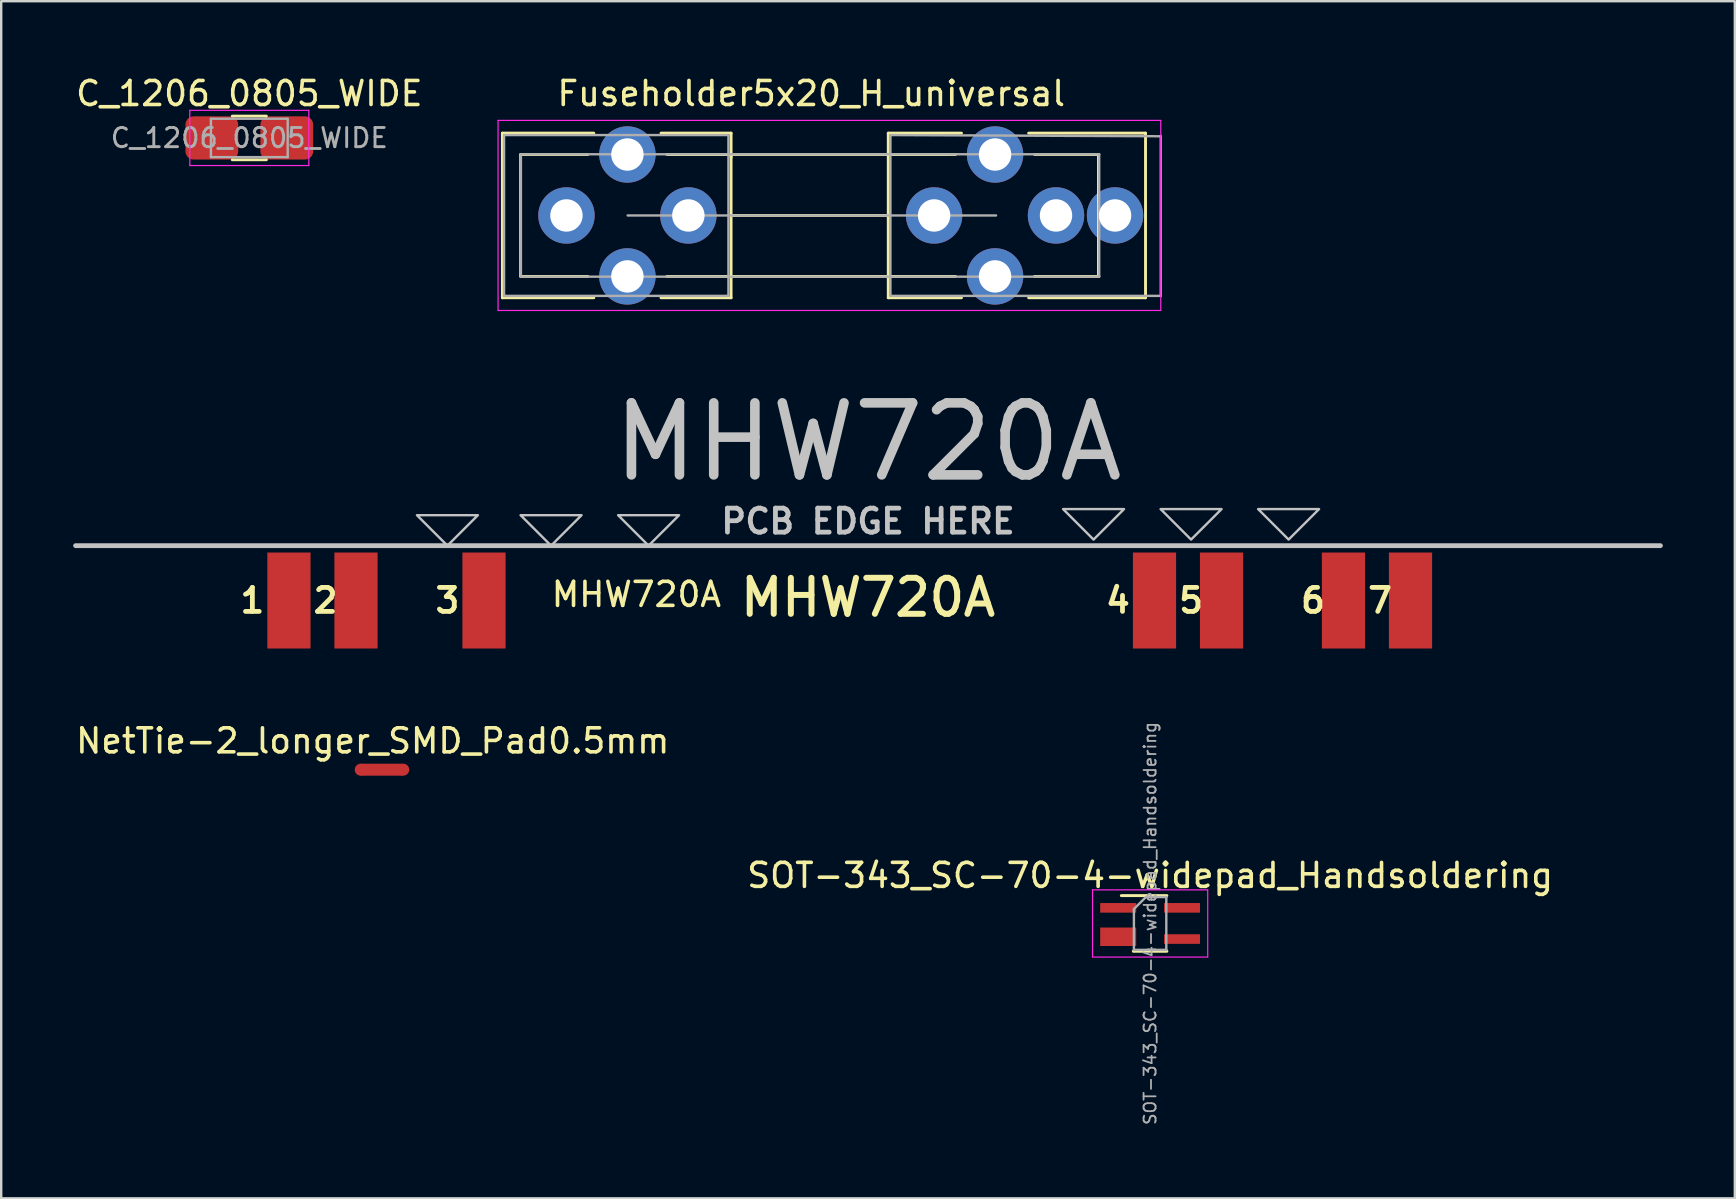
<source format=kicad_pcb>
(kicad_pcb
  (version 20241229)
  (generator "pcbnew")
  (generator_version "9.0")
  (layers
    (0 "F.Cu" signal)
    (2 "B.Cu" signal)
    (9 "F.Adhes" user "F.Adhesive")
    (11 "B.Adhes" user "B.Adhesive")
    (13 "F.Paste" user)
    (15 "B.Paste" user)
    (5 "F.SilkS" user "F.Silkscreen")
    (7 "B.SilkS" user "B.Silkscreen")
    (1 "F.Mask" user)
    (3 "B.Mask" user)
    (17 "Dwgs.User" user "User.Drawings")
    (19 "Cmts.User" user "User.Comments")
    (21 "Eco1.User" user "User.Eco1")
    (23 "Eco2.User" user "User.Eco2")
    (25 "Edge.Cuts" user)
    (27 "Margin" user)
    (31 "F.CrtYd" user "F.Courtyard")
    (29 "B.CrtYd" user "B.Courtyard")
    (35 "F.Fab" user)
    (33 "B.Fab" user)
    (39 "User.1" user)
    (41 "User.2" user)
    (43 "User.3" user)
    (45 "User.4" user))
  (footprint "SOT-343_SC-70-4-widepad_Handsoldering"
    (layer "F.Cu")
    (at 44.875 35.43)
    (property "Reference" "SOT-343_SC-70-4-widepad_Handsoldering" (at 0 -2 0) (layer "F.SilkS") (effects (font (size 1 1) (thickness 0.15))))
    (attr smd)
    (fp_line (start -0.7 1.16) (end 0.7 1.16) (stroke (width 0.12) (type solid)) (layer "F.SilkS"))
    (fp_line (start 0.7 -1.16) (end -1.2 -1.16) (stroke (width 0.12) (type solid)) (layer "F.SilkS"))
    (fp_line (start -2.4 -1.4) (end -2.4 1.4) (stroke (width 0.05) (type solid)) (layer "F.CrtYd"))
    (fp_line (start -2.4 -1.4) (end 2.4 -1.4) (stroke (width 0.05) (type solid)) (layer "F.CrtYd"))
    (fp_line (start -2.4 1.4) (end 2.4 1.4) (stroke (width 0.05) (type solid)) (layer "F.CrtYd"))
    (fp_line (start 2.4 1.4) (end 2.4 -1.4) (stroke (width 0.05) (type solid)) (layer "F.CrtYd"))
    (fp_line (start -0.675 -0.6) (end -0.675 1.1) (stroke (width 0.1) (type solid)) (layer "F.Fab"))
    (fp_line (start -0.175 -1.1) (end -0.675 -0.6) (stroke (width 0.1) (type solid)) (layer "F.Fab"))
    (fp_line (start 0.675 -1.1) (end -0.175 -1.1) (stroke (width 0.1) (type solid)) (layer "F.Fab"))
    (fp_line (start 0.675 -1.1) (end 0.675 1.1) (stroke (width 0.1) (type solid)) (layer "F.Fab"))
    (fp_line (start 0.675 1.1) (end -0.675 1.1) (stroke (width 0.1) (type solid)) (layer "F.Fab"))
    (fp_text user "${REFERENCE}" (at 0 0 90) (layer "F.Fab") (effects (font (size 0.5 0.5) (thickness 0.075))))
    (pad "1" smd rect (at -1.33 -0.65) (size 1.5 0.4) (layers "F.Cu" "F.Mask" "F.Paste"))
    (pad "2" smd rect (at -1.33 0.555) (size 1.5 0.77) (layers "F.Cu" "F.Mask" "F.Paste"))
    (pad "3" smd rect (at 1.33 0.65) (size 1.5 0.4) (layers "F.Cu" "F.Mask" "F.Paste"))
    (pad "4" smd rect (at 1.33 -0.65) (size 1.5 0.4) (layers "F.Cu" "F.Mask" "F.Paste")))
  (footprint "Fuseholder5x20_H_universal"
    (layer "F.Cu")
    (at 20.554 5.928)
    (property "Reference" "Fuseholder5x20_H_universal" (at 10.2 -5.08 0) (layer "F.SilkS") (effects (font (size 1 1) (thickness 0.15))))
    (attr through_hole)
    (fp_line (start -2.67 -3.43) (end -2.67 3.43) (stroke (width 0.12) (type solid)) (layer "F.SilkS"))
    (fp_line (start -2.67 -3.43) (end 1.14 -3.43) (stroke (width 0.12) (type solid)) (layer "F.SilkS"))
    (fp_line (start -2.67 3.43) (end 1.14 3.43) (stroke (width 0.12) (type solid)) (layer "F.SilkS"))
    (fp_line (start -1.91 -2.54) (end -1.91 2.54) (stroke (width 0.12) (type solid)) (layer "F.SilkS"))
    (fp_line (start -1.9 -2.54) (end 0.89 -2.54) (stroke (width 0.12) (type solid)) (layer "F.SilkS"))
    (fp_line (start -1.9 2.54) (end 0.89 2.54) (stroke (width 0.12) (type solid)) (layer "F.SilkS"))
    (fp_line (start 4.36 -2.54) (end 15.91 -2.54) (stroke (width 0.12) (type solid)) (layer "F.SilkS"))
    (fp_line (start 6.86 -3.43) (end 3.94 -3.43) (stroke (width 0.12) (type solid)) (layer "F.SilkS"))
    (fp_line (start 6.86 -3.43) (end 6.86 -2.41) (stroke (width 0.12) (type solid)) (layer "F.SilkS"))
    (fp_line (start 6.86 -2.54) (end 4.19 -2.54) (stroke (width 0.12) (type solid)) (layer "F.SilkS"))
    (fp_line (start 6.86 0) (end 6.86 -2.54) (stroke (width 0.12) (type solid)) (layer "F.SilkS"))
    (fp_line (start 6.86 2.54) (end 4.19 2.54) (stroke (width 0.12) (type solid)) (layer "F.SilkS"))
    (fp_line (start 6.86 2.54) (end 6.86 0) (stroke (width 0.12) (type solid)) (layer "F.SilkS"))
    (fp_line (start 6.86 3.43) (end 3.94 3.43) (stroke (width 0.12) (type solid)) (layer "F.SilkS"))
    (fp_line (start 6.86 3.43) (end 6.86 2.54) (stroke (width 0.12) (type solid)) (layer "F.SilkS"))
    (fp_line (start 6.95 0) (end 13.45 0) (stroke (width 0.12) (type solid)) (layer "F.SilkS"))
    (fp_line (start 13.41 -3.43) (end 13.41 -2.54) (stroke (width 0.12) (type solid)) (layer "F.SilkS"))
    (fp_line (start 13.41 -3.43) (end 16.46 -3.43) (stroke (width 0.12) (type solid)) (layer "F.SilkS"))
    (fp_line (start 13.41 -2.54) (end 16.21 -2.54) (stroke (width 0.12) (type solid)) (layer "F.SilkS"))
    (fp_line (start 13.41 0) (end 13.41 -2.54) (stroke (width 0.12) (type solid)) (layer "F.SilkS"))
    (fp_line (start 13.41 2.54) (end 13.41 0) (stroke (width 0.12) (type solid)) (layer "F.SilkS"))
    (fp_line (start 13.41 2.54) (end 16.21 2.54) (stroke (width 0.12) (type solid)) (layer "F.SilkS"))
    (fp_line (start 13.41 3.43) (end 13.41 2.54) (stroke (width 0.12) (type solid)) (layer "F.SilkS"))
    (fp_line (start 13.41 3.43) (end 16.46 3.43) (stroke (width 0.12) (type solid)) (layer "F.SilkS"))
    (fp_line (start 15.91 2.54) (end 4.23 2.54) (stroke (width 0.12) (type solid)) (layer "F.SilkS"))
    (fp_line (start 22.17 -2.54) (end 22.17 2.54) (stroke (width 0.12) (type solid)) (layer "F.SilkS"))
    (fp_line (start 22.18 -2.54) (end 19.51 -2.54) (stroke (width 0.12) (type solid)) (layer "F.SilkS"))
    (fp_line (start 22.18 2.54) (end 19.51 2.54) (stroke (width 0.12) (type solid)) (layer "F.SilkS"))
    (fp_line (start 24.13 -3.43) (end 19.26 -3.43) (stroke (width 0.12) (type solid)) (layer "F.SilkS"))
    (fp_line (start 24.13 -3.43) (end 24.13 3.43) (stroke (width 0.12) (type solid)) (layer "F.SilkS"))
    (fp_line (start 24.13 3.43) (end 19.26 3.43) (stroke (width 0.12) (type solid)) (layer "F.SilkS"))
    (fp_line (start -2.85 -3.96) (end -2.85 3.96) (stroke (width 0.05) (type solid)) (layer "F.CrtYd"))
    (fp_line (start -2.85 -3.96) (end 24.765 -3.96) (stroke (width 0.05) (type solid)) (layer "F.CrtYd"))
    (fp_line (start 24.765 3.96) (end -2.85 3.96) (stroke (width 0.05) (type solid)) (layer "F.CrtYd"))
    (fp_line (start 24.765 3.96) (end 24.765 -3.96) (stroke (width 0.05) (type solid)) (layer "F.CrtYd"))
    (fp_line (start -2.6 -3.35) (end 6.75 -3.35) (stroke (width 0.1) (type solid)) (layer "F.Fab"))
    (fp_line (start -2.6 3.35) (end -2.6 -3.35) (stroke (width 0.1) (type solid)) (layer "F.Fab"))
    (fp_line (start -1.9 -2.55) (end 22.2 -2.55) (stroke (width 0.1) (type solid)) (layer "F.Fab"))
    (fp_line (start -1.9 2.55) (end -1.9 -2.5) (stroke (width 0.1) (type solid)) (layer "F.Fab"))
    (fp_line (start 2.55 0) (end 17.9 0) (stroke (width 0.1) (type solid)) (layer "F.Fab"))
    (fp_line (start 6.75 -3.35) (end 6.75 3.35) (stroke (width 0.1) (type solid)) (layer "F.Fab"))
    (fp_line (start 6.75 3.35) (end -2.6 3.35) (stroke (width 0.1) (type solid)) (layer "F.Fab"))
    (fp_line (start 13.5 -3.35) (end 13.5 3.35) (stroke (width 0.1) (type solid)) (layer "F.Fab"))
    (fp_line (start 13.5 3.35) (end 24.765 3.35) (stroke (width 0.1) (type solid)) (layer "F.Fab"))
    (fp_line (start 22.2 -2.55) (end 22.2 2.55) (stroke (width 0.1) (type solid)) (layer "F.Fab"))
    (fp_line (start 22.2 2.55) (end -1.9 2.55) (stroke (width 0.1) (type solid)) (layer "F.Fab"))
    (fp_line (start 24.765 -3.3) (end 13.5 -3.35) (stroke (width 0.1) (type solid)) (layer "F.Fab"))
    (fp_line (start 24.765 3.35) (end 24.765 -3.3) (stroke (width 0.1) (type solid)) (layer "F.Fab"))
    (pad "1" thru_hole circle (at 0 0) (size 2.35 2.35) (drill 1.35) (layers "*.Cu" "*.Mask"))
    (pad "1" thru_hole circle (at 2.54 -2.54) (size 2.35 2.35) (drill 1.35) (layers "*.Cu" "*.Mask"))
    (pad "1" thru_hole circle (at 2.54 2.54) (size 2.35 2.35) (drill 1.35) (layers "*.Cu" "*.Mask"))
    (pad "1" thru_hole circle (at 5.08 0) (size 2.35 2.35) (drill 1.35) (layers "*.Cu" "*.Mask"))
    (pad "2" thru_hole circle (at 15.32 0) (size 2.35 2.35) (drill 1.35) (layers "*.Cu" "*.Mask"))
    (pad "2" thru_hole circle (at 17.86 -2.54) (size 2.35 2.35) (drill 1.35) (layers "*.Cu" "*.Mask"))
    (pad "2" thru_hole circle (at 17.86 2.54) (size 2.35 2.35) (drill 1.35) (layers "*.Cu" "*.Mask"))
    (pad "2" thru_hole circle (at 20.4 0) (size 2.35 2.35) (drill 1.35) (layers "*.Cu" "*.Mask"))
    (pad "2" thru_hole circle (at 22.86 0) (size 2.35 2.35) (drill 1.35) (layers "*.Cu" "*.Mask")))
  (footprint "C_1206_0805_WIDE"
    (layer "F.Cu")
    (at 7.339 2.698)
    (property "Reference" "C_1206_0805_WIDE" (at 0 -1.85 0) (layer "F.SilkS") (effects (font (size 1 1) (thickness 0.15))))
    (attr smd)
    (fp_line (start -0.711 -0.91) (end 0.711 -0.91) (stroke (width 0.12) (type solid)) (layer "F.SilkS"))
    (fp_line (start -0.711 0.91) (end 0.711 0.91) (stroke (width 0.12) (type solid)) (layer "F.SilkS"))
    (fp_line (start -2.48 -1.15) (end 2.48 -1.15) (stroke (width 0.05) (type solid)) (layer "F.CrtYd"))
    (fp_line (start -2.48 1.15) (end -2.48 -1.15) (stroke (width 0.05) (type solid)) (layer "F.CrtYd"))
    (fp_line (start 2.48 -1.15) (end 2.48 1.15) (stroke (width 0.05) (type solid)) (layer "F.CrtYd"))
    (fp_line (start 2.48 1.15) (end -2.48 1.15) (stroke (width 0.05) (type solid)) (layer "F.CrtYd"))
    (fp_line (start -1.6 -0.8) (end 1.6 -0.8) (stroke (width 0.1) (type solid)) (layer "F.Fab"))
    (fp_line (start -1.6 0.8) (end -1.6 -0.8) (stroke (width 0.1) (type solid)) (layer "F.Fab"))
    (fp_line (start 1.6 -0.8) (end 1.6 0.8) (stroke (width 0.1) (type solid)) (layer "F.Fab"))
    (fp_line (start 1.6 0.8) (end -1.6 0.8) (stroke (width 0.1) (type solid)) (layer "F.Fab"))
    (fp_text user "${REFERENCE}" (at 0 0 0) (layer "F.Fab") (effects (font (size 0.8 0.8) (thickness 0.12))))
    (pad "1" smd roundrect (at -1.562 0) (size 2.2 1.8) (layers "F.Cu" "F.Mask" "F.Paste") (roundrect_rratio 0.189))
    (pad "2" smd roundrect (at 1.562 0) (size 2.2 1.8) (layers "F.Cu" "F.Mask" "F.Paste") (roundrect_rratio 0.189)))
  (footprint "MHW720A"
    (layer "F.Cu")
    (at 33.12 20.704)
    (property "Reference" "MHW720A" (at -9.652 1.016 0) (layer "F.SilkS") (effects (font (size 1 1) (thickness 0.15))))
    (attr through_hole)
    (fp_line (start -33.02 -1.016) (end 33.02 -1.016) (stroke (width 0.2) (type solid)) (layer "Dwgs.User"))
    (fp_poly (pts (xy -17.526 -1.016) (xy -18.796 -2.286) (xy -16.256 -2.286)) (stroke (width 0.1) (type solid)) (fill no) (layer "Dwgs.User"))
    (fp_poly (pts (xy -13.208 -1.016) (xy -14.478 -2.286) (xy -11.938 -2.286)) (stroke (width 0.1) (type solid)) (fill no) (layer "Dwgs.User"))
    (fp_poly (pts (xy -9.144 -1.016) (xy -10.414 -2.286) (xy -7.874 -2.286)) (stroke (width 0.1) (type solid)) (fill no) (layer "Dwgs.User"))
    (fp_poly (pts (xy 9.398 -1.27) (xy 8.128 -2.54) (xy 10.668 -2.54)) (stroke (width 0.1) (type solid)) (fill no) (layer "Dwgs.User"))
    (fp_poly (pts (xy 13.462 -1.27) (xy 12.192 -2.54) (xy 14.732 -2.54)) (stroke (width 0.1) (type solid)) (fill no) (layer "Dwgs.User"))
    (fp_poly (pts (xy 17.526 -1.27) (xy 16.256 -2.54) (xy 18.796 -2.54)) (stroke (width 0.1) (type solid)) (fill no) (layer "Dwgs.User"))
    (fp_text user "3" (at -17.526 1.27 0) (layer "F.SilkS") (effects (font (size 1 1) (thickness 0.2))))
    (fp_text user "5" (at 13.462 1.27 0) (layer "F.SilkS") (effects (font (size 1 1) (thickness 0.2))))
    (fp_text user "4" (at 10.414 1.27 0) (layer "F.SilkS") (effects (font (size 1 1) (thickness 0.2))))
    (fp_text user "6" (at 18.542 1.27 0) (layer "F.SilkS") (effects (font (size 1 1) (thickness 0.2))))
    (fp_text user "MHW720A" (at 0 1.143 0) (layer "F.SilkS") (effects (font (size 1.5 1.5) (thickness 0.25))))
    (fp_text user "2" (at -22.606 1.27 0) (layer "F.SilkS") (effects (font (size 1 1) (thickness 0.2))))
    (fp_text user "1" (at -25.654 1.27 0) (layer "F.SilkS") (effects (font (size 1 1) (thickness 0.2))))
    (fp_text user "7" (at 21.336 1.27 0) (layer "F.SilkS") (effects (font (size 1 1) (thickness 0.2))))
    (fp_text user "PCB EDGE HERE" (at 0 -2.032 0) (layer "Dwgs.User") (effects (font (size 1 1) (thickness 0.2))))
    (fp_text user "MHW720A" (at 0 -5.334 0) (layer "Dwgs.User") (effects (font (size 3 3) (thickness 0.4))))
    (pad "1" smd custom (at -24.13 1.27) (size 1.8 4) (layers "F.Cu" "F.Mask" "F.Paste") (options (anchor rect)) (primitives))
    (pad "2" smd custom (at -21.336 1.27) (size 1.8 4) (layers "F.Cu" "F.Mask" "F.Paste") (options (anchor rect)) (primitives))
    (pad "3" smd custom (at -16.002 1.27) (size 1.8 4) (layers "F.Cu" "F.Mask" "F.Paste") (options (anchor rect)) (primitives))
    (pad "4" smd custom (at 11.938 1.27) (size 1.8 4) (layers "F.Cu" "F.Mask" "F.Paste") (options (anchor rect)) (primitives))
    (pad "5" smd custom (at 14.732 1.27) (size 1.8 4) (layers "F.Cu" "F.Mask" "F.Paste") (options (anchor rect)) (primitives))
    (pad "6" smd custom (at 19.812 1.27) (size 1.8 4) (layers "F.Cu" "F.Mask" "F.Paste") (options (anchor rect)) (primitives))
    (pad "7" smd custom (at 22.606 1.27) (size 1.8 4) (layers "F.Cu" "F.Mask" "F.Paste") (options (anchor rect)) (primitives)))
  (footprint "NetTie-2_longer_SMD_Pad0.5mm"
    (layer "F.Cu")
    (at 12.482 29.023)
    (property "Reference" "NetTie-2_longer_SMD_Pad0.5mm" (at 0 -1.2 0) (layer "F.SilkS") (effects (font (size 1 1) (thickness 0.15))))
    (attr exclude_from_pos_files exclude_from_bom allow_missing_courtyard)
    (fp_poly (pts (xy -0.5 -0.25) (xy 1.25 -0.25) (xy 1.25 0.25) (xy -0.5 0.25)) (stroke (width 0) (type solid)) (fill yes) (layer "F.Cu"))
    (pad "1" smd circle (at -0.5 0) (size 0.5 0.5) (layers "F.Cu"))
    (pad "2" smd circle (at 1.27 0) (size 0.5 0.5) (layers "F.Cu")))
  (gr_rect
    (start -3 -3)
    (end 69.24 46.885)
    (stroke (width 0.1) (type default))
    (fill no)
    (layer "Edge.Cuts")))
</source>
